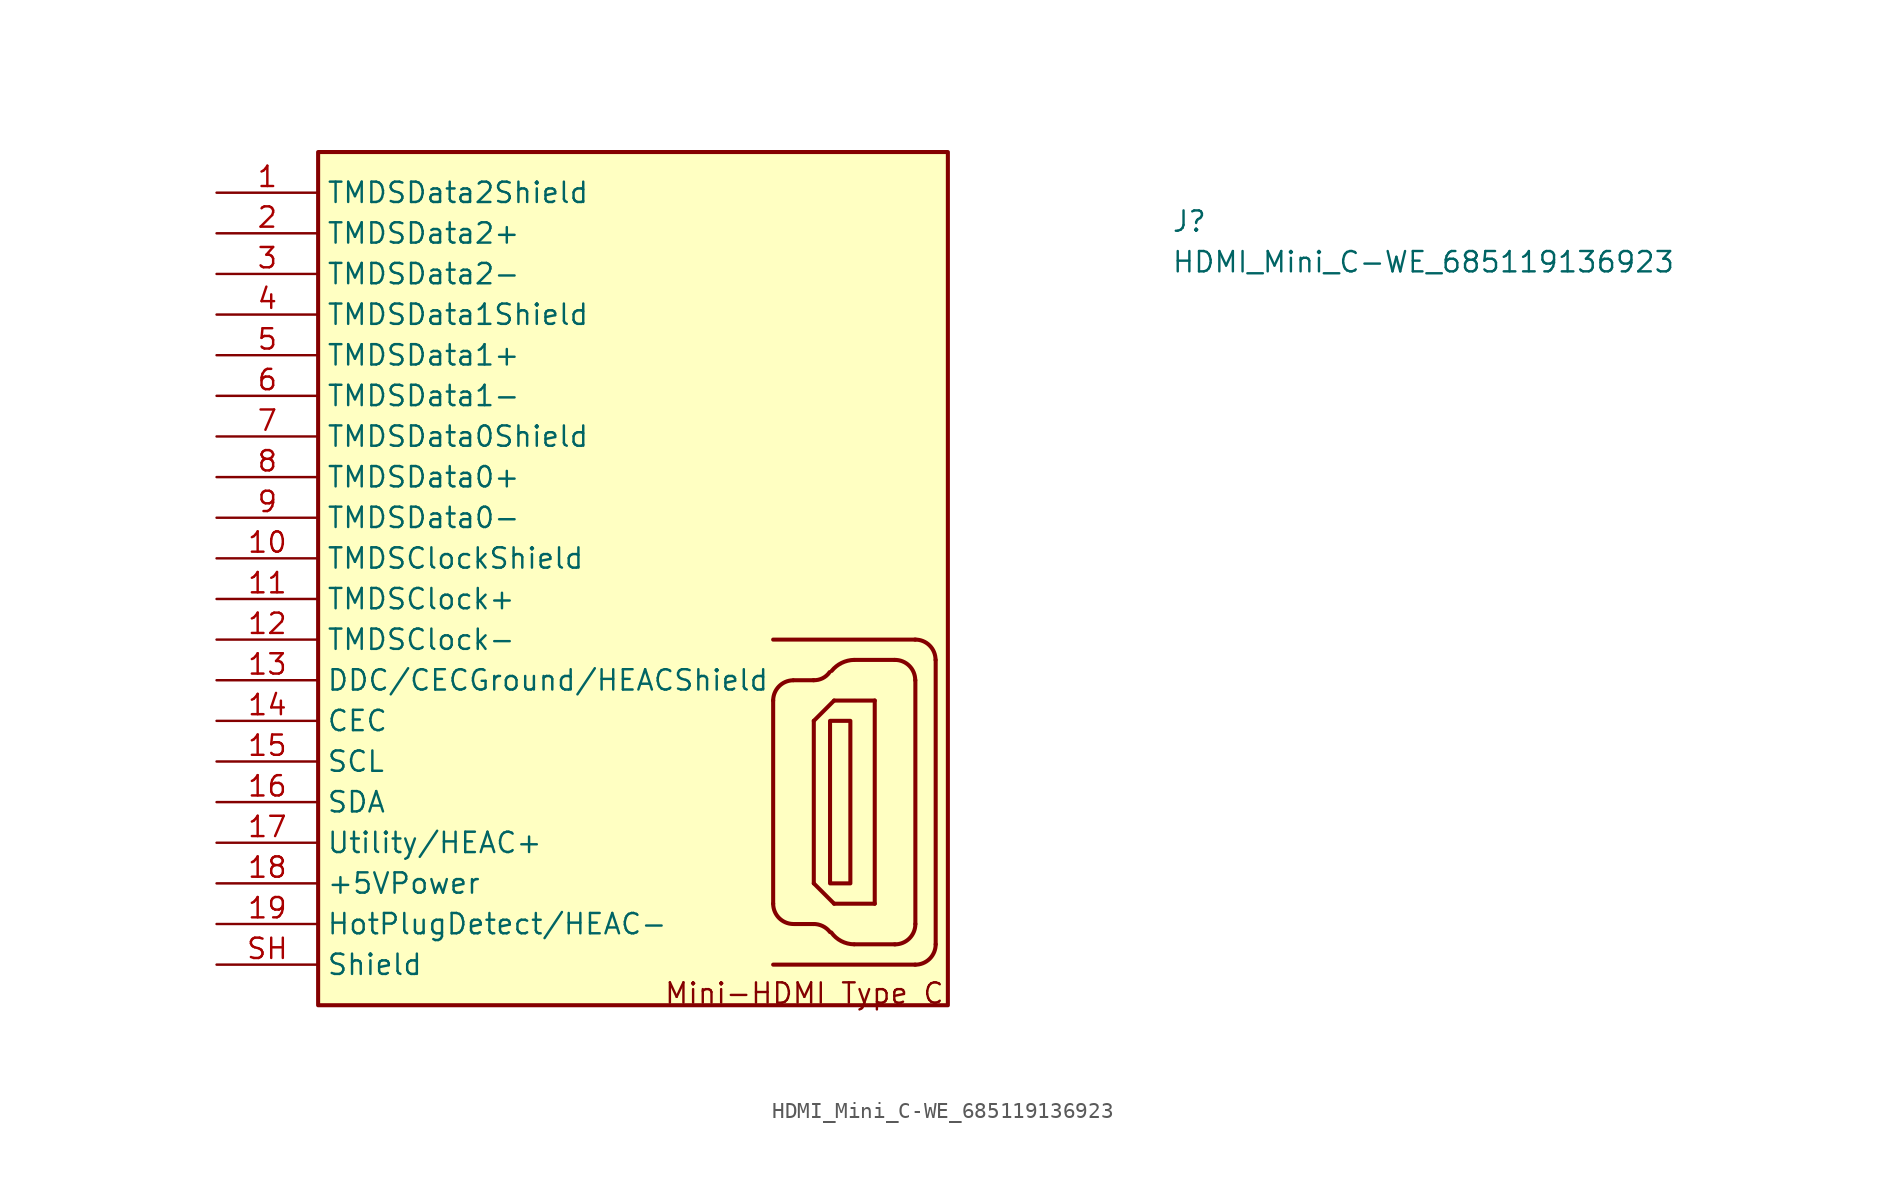
<source format=kicad_sym>
(kicad_symbol_lib
  (version 20211014)
  (generator kicad_symbol_editor)
  (symbol "HDMI_Mini_C-WE_685119136923"
    (property "Reference" "J"
      (at 59.69 -2.54 0)
      (effects (font (size 1.27 1.27) (thickness 0.15)) (justify left bottom)))
    (property "Value" "HDMI_Mini_C-WE_685119136923"
      (at 59.69 -5.08 0)
      (effects (font (size 1.27 1.27) (thickness 0.15)) (justify left bottom)))
    (symbol "HDMI_Mini_C-WE_685119136923_1_1"
      (polyline (pts (xy 34.798 -48.26) (xy 43.688 -48.26)) (stroke (width 0.254) (type default) (color 0 0 0 0)) (fill (type background)))
      (polyline (pts (xy 34.798 -44.45) (xy 34.798 -31.75)) (stroke (width 0.254) (type default) (color 0 0 0 0)) (fill (type background)))
      (polyline (pts (xy 34.798 -27.94) (xy 43.688 -27.94)) (stroke (width 0.254) (type default) (color 0 0 0 0)) (fill (type background)))
      (polyline (pts (xy 36.068 -45.72) (xy 37.338 -45.72)) (stroke (width 0.254) (type default) (color 0 0 0 0)) (fill (type background)))
      (polyline (pts (xy 36.068 -30.48) (xy 37.338 -30.48)) (stroke (width 0.254) (type default) (color 0 0 0 0)) (fill (type background)))
      (polyline (pts (xy 37.338 -43.18) (xy 37.338 -33.02)) (stroke (width 0.254) (type default) (color 0 0 0 0)) (fill (type background)))
      (polyline (pts (xy 37.338 -33.02) (xy 38.608 -31.75)) (stroke (width 0.254) (type default) (color 0 0 0 0)) (fill (type background)))
      (polyline (pts (xy 38.608 -44.45) (xy 37.338 -43.18)) (stroke (width 0.254) (type default) (color 0 0 0 0)) (fill (type background)))
      (polyline (pts (xy 38.608 -31.75) (xy 41.148 -31.75)) (stroke (width 0.254) (type default) (color 0 0 0 0)) (fill (type background)))
      (polyline (pts (xy 39.878 -46.99) (xy 42.418 -46.99)) (stroke (width 0.254) (type default) (color 0 0 0 0)) (fill (type background)))
      (polyline (pts (xy 39.878 -29.21) (xy 42.418 -29.21)) (stroke (width 0.254) (type default) (color 0 0 0 0)) (fill (type background)))
      (polyline (pts (xy 41.148 -44.45) (xy 38.608 -44.45)) (stroke (width 0.254) (type default) (color 0 0 0 0)) (fill (type background)))
      (polyline (pts (xy 41.148 -31.75) (xy 41.148 -44.45)) (stroke (width 0.254) (type default) (color 0 0 0 0)) (fill (type background)))
      (polyline (pts (xy 43.688 -30.48) (xy 43.688 -45.72)) (stroke (width 0.254) (type default) (color 0 0 0 0)) (fill (type background)))
      (polyline (pts (xy 44.958 -29.21) (xy 44.958 -46.99)) (stroke (width 0.254) (type default) (color 0 0 0 0)) (fill (type background)))
      (polyline (pts (xy 39.624 -33.02) (xy 38.354 -33.02) (xy 38.354 -43.18) (xy 39.624 -43.18) (xy 39.624 -42.672) (xy 39.624 -33.528) (xy 39.624 -33.02)) (stroke (width 0.254) (type default) (color 0 0 0 0)) (fill (type background)))
      (rectangle (start 6.35 -50.8) (end 45.72 2.54) (stroke (width 0.254) (type default) (color 0 0 0 0)) (fill (type background)))
      (arc (start 34.798 -44.45) (mid 35.1609 -45.3397) (end 36.0426 -45.72) (stroke (width 0.254) (type default) (color 0 0 0 0)) (fill (type background)))
      (arc (start 36.0426 -30.48) (mid 35.1621 -30.8615) (end 34.798 -31.75) (stroke (width 0.254) (type default) (color 0 0 0 0)) (fill (type background)))
      (arc (start 37.3126 -30.48) (mid 37.8865 -30.3571) (end 38.3286 -29.972) (stroke (width 0.254) (type default) (color 0 0 0 0)) (fill (type background)))
      (arc (start 38.354 -46.228) (mid 37.8944 -45.8492) (end 37.3126 -45.72) (stroke (width 0.254) (type default) (color 0 0 0 0)) (fill (type background)))
      (arc (start 38.4302 -46.2534) (mid 39.0529 -46.7921) (end 39.8526 -46.99) (stroke (width 0.254) (type default) (color 0 0 0 0)) (fill (type background)))
      (arc (start 39.8526 -29.21) (mid 39.0792 -29.4002) (end 38.4556 -29.8958) (stroke (width 0.254) (type default) (color 0 0 0 0)) (fill (type background)))
      (arc (start 42.3926 -46.99) (mid 43.3085 -46.6279) (end 43.688 -45.72) (stroke (width 0.254) (type default) (color 0 0 0 0)) (fill (type background)))
      (arc (start 43.6626 -48.26) (mid 44.5785 -47.8979) (end 44.958 -46.99) (stroke (width 0.254) (type default) (color 0 0 0 0)) (fill (type background)))
      (arc (start 43.688 -30.48) (mid 43.3069 -29.5738) (end 42.3926 -29.21) (stroke (width 0.254) (type default) (color 0 0 0 0)) (fill (type background)))
      (arc (start 44.958 -29.21) (mid 44.5769 -28.3038) (end 43.6626 -27.94) (stroke (width 0.254) (type default) (color 0 0 0 0)) (fill (type background)))
      (text "Mini-HDMI Type C" (at 27.94 -50.8 0) (effects (font (size 1.27 1.27) (thickness 0.15)) (justify left bottom)))
      (pin passive line (at 0 0 0) (length 6.35) (name "TMDSData2Shield" (effects (font (size 1.27 1.27)))) (number "1" (effects (font (size 1.27 1.27)))))
      (pin passive line (at 0 -22.86 0) (length 6.35) (name "TMDSClockShield" (effects (font (size 1.27 1.27)))) (number "10" (effects (font (size 1.27 1.27)))))
      (pin passive line (at 0 -25.4 0) (length 6.35) (name "TMDSClock+" (effects (font (size 1.27 1.27)))) (number "11" (effects (font (size 1.27 1.27)))))
      (pin passive line (at 0 -27.94 0) (length 6.35) (name "TMDSClock-" (effects (font (size 1.27 1.27)))) (number "12" (effects (font (size 1.27 1.27)))))
      (pin passive line (at 0 -30.48 0) (length 6.35) (name "DDC/CECGround/HEACShield" (effects (font (size 1.27 1.27)))) (number "13" (effects (font (size 1.27 1.27)))))
      (pin passive line (at 0 -33.02 0) (length 6.35) (name "CEC" (effects (font (size 1.27 1.27)))) (number "14" (effects (font (size 1.27 1.27)))))
      (pin passive line (at 0 -35.56 0) (length 6.35) (name "SCL" (effects (font (size 1.27 1.27)))) (number "15" (effects (font (size 1.27 1.27)))))
      (pin passive line (at 0 -38.1 0) (length 6.35) (name "SDA" (effects (font (size 1.27 1.27)))) (number "16" (effects (font (size 1.27 1.27)))))
      (pin passive line (at 0 -40.64 0) (length 6.35) (name "Utility/HEAC+" (effects (font (size 1.27 1.27)))) (number "17" (effects (font (size 1.27 1.27)))))
      (pin passive line (at 0 -43.18 0) (length 6.35) (name "+5VPower" (effects (font (size 1.27 1.27)))) (number "18" (effects (font (size 1.27 1.27)))))
      (pin passive line (at 0 -45.72 0) (length 6.35) (name "HotPlugDetect/HEAC-" (effects (font (size 1.27 1.27)))) (number "19" (effects (font (size 1.27 1.27)))))
      (pin passive line (at 0 -2.54 0) (length 6.35) (name "TMDSData2+" (effects (font (size 1.27 1.27)))) (number "2" (effects (font (size 1.27 1.27)))))
      (pin passive line (at 0 -5.08 0) (length 6.35) (name "TMDSData2-" (effects (font (size 1.27 1.27)))) (number "3" (effects (font (size 1.27 1.27)))))
      (pin passive line (at 0 -7.62 0) (length 6.35) (name "TMDSData1Shield" (effects (font (size 1.27 1.27)))) (number "4" (effects (font (size 1.27 1.27)))))
      (pin passive line (at 0 -10.16 0) (length 6.35) (name "TMDSData1+" (effects (font (size 1.27 1.27)))) (number "5" (effects (font (size 1.27 1.27)))))
      (pin passive line (at 0 -12.7 0) (length 6.35) (name "TMDSData1-" (effects (font (size 1.27 1.27)))) (number "6" (effects (font (size 1.27 1.27)))))
      (pin passive line (at 0 -15.24 0) (length 6.35) (name "TMDSData0Shield" (effects (font (size 1.27 1.27)))) (number "7" (effects (font (size 1.27 1.27)))))
      (pin passive line (at 0 -17.78 0) (length 6.35) (name "TMDSData0+" (effects (font (size 1.27 1.27)))) (number "8" (effects (font (size 1.27 1.27)))))
      (pin passive line (at 0 -20.32 0) (length 6.35) (name "TMDSData0-" (effects (font (size 1.27 1.27)))) (number "9" (effects (font (size 1.27 1.27)))))
      (pin passive line (at 0 -48.26 0) (length 6.35) (name "Shield" (effects (font (size 1.27 1.27)))) (number "SH" (effects (font (size 1.27 1.27))))))))
</source>
